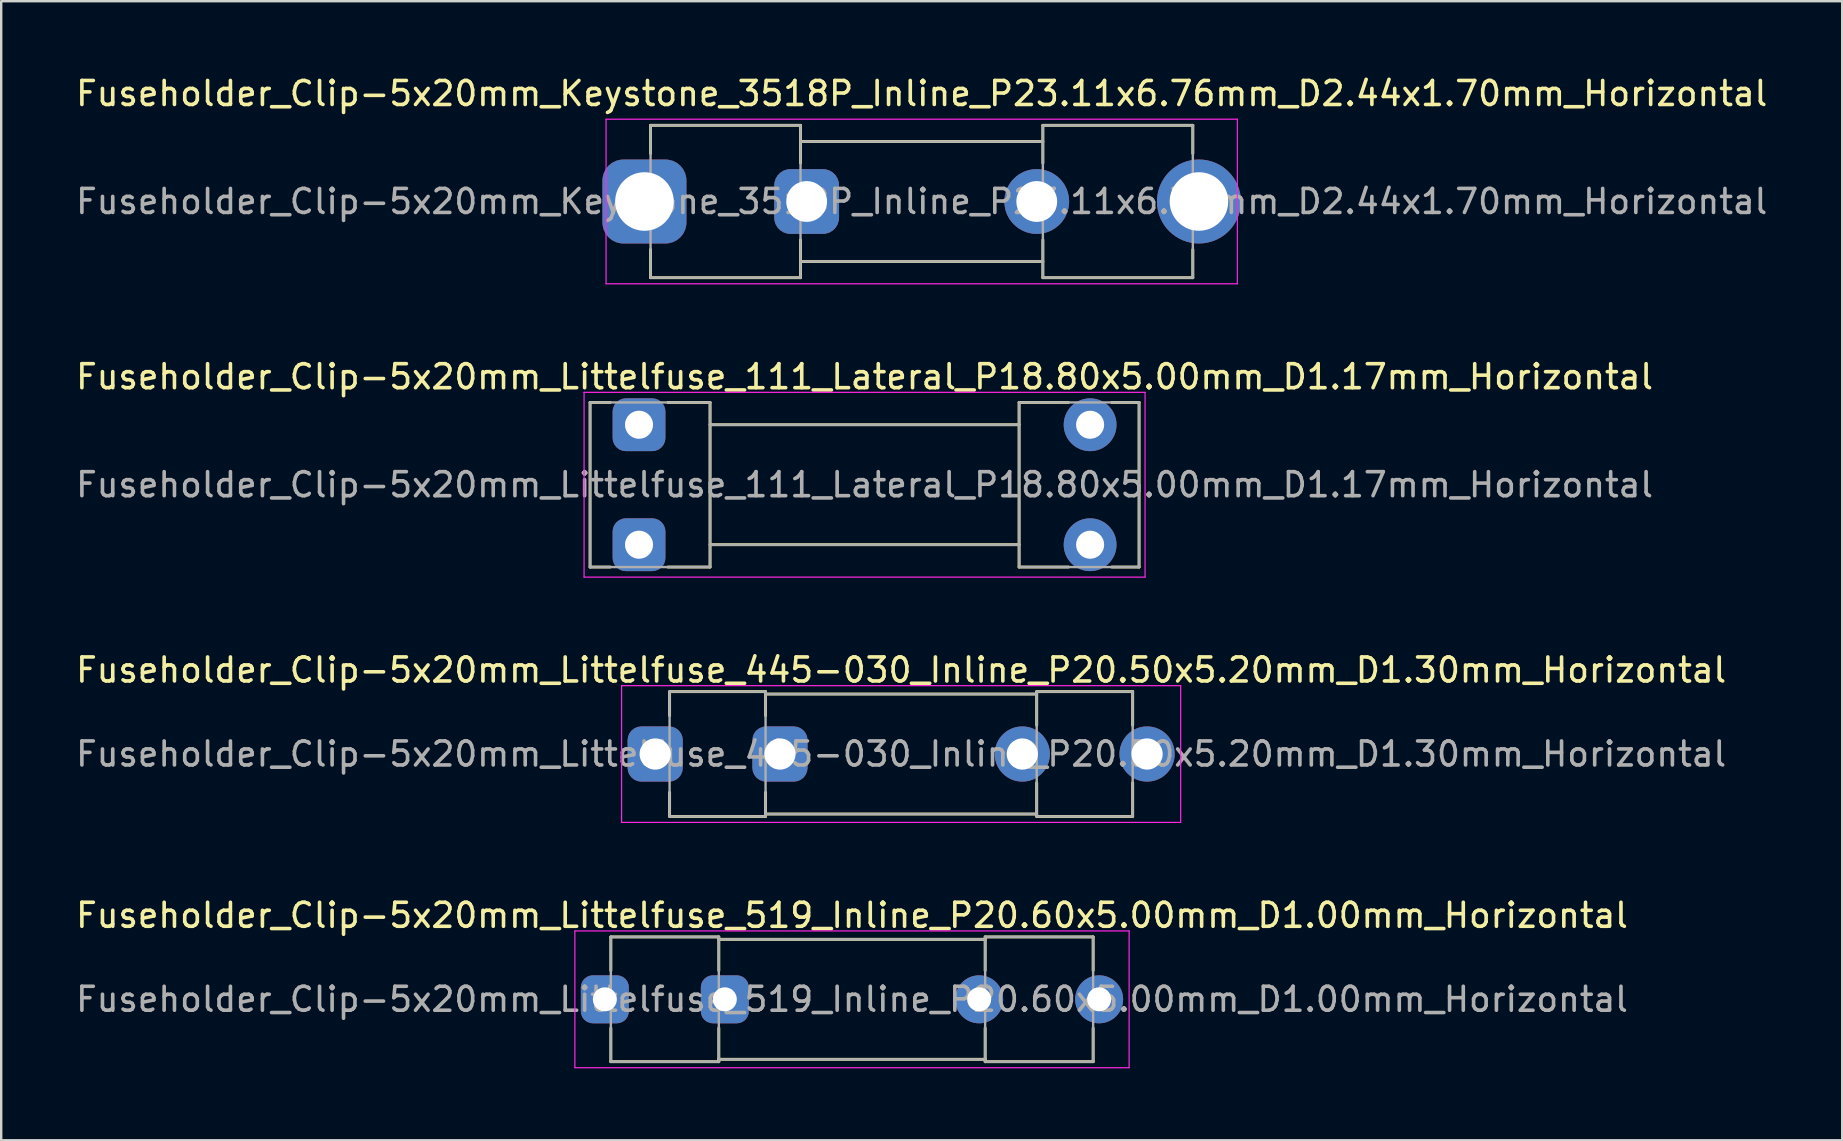
<source format=kicad_pcb>
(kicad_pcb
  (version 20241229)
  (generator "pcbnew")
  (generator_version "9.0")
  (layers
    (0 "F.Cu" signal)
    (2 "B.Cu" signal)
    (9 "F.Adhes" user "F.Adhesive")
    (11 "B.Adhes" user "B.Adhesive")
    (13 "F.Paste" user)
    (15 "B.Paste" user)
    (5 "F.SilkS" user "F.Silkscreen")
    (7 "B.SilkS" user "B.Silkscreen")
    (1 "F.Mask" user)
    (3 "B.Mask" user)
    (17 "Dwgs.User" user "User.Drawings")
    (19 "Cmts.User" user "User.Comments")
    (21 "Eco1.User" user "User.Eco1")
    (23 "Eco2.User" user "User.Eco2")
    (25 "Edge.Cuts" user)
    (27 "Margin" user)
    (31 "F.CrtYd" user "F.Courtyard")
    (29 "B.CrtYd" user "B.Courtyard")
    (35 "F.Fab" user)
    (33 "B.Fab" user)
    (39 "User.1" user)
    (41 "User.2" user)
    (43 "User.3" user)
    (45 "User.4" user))
  (footprint "Fuseholder_Clip-5x20mm_Littelfuse_111_Lateral_P18.80x5.00mm_D1.17mm_Horizontal"
    (layer "F.Cu")
    (at 23.582 14.652)
    (property "Reference" "Fuseholder_Clip-5x20mm_Littelfuse_111_Lateral_P18.80x5.00mm_D1.17mm_Horizontal" (at 9.4 -2 0) (layer "F.SilkS") (effects (font (size 1 1) (thickness 0.15))))
    (attr through_hole)
    (fp_line (start -2.04 5.93) (end -2.04 -0.93) (stroke (width 0.12) (type solid)) (layer "F.SilkS"))
    (fp_line (start -1.2 -0.93) (end -2.04 -0.93) (stroke (width 0.12) (type solid)) (layer "F.SilkS"))
    (fp_line (start -1.2 5.93) (end -2.04 5.93) (stroke (width 0.12) (type solid)) (layer "F.SilkS"))
    (fp_line (start 2.96 -0.93) (end 1.2 -0.93) (stroke (width 0.12) (type solid)) (layer "F.SilkS"))
    (fp_line (start 2.96 -0.93) (end 2.96 5.93) (stroke (width 0.12) (type solid)) (layer "F.SilkS"))
    (fp_line (start 2.96 5.93) (end 1.2 5.93) (stroke (width 0.12) (type solid)) (layer "F.SilkS"))
    (fp_line (start 15.84 -0.93) (end 15.84 5.93) (stroke (width 0.12) (type solid)) (layer "F.SilkS"))
    (fp_line (start 15.84 0) (end 2.96 0) (stroke (width 0.12) (type solid)) (layer "F.SilkS"))
    (fp_line (start 15.84 5) (end 2.96 5) (stroke (width 0.12) (type solid)) (layer "F.SilkS"))
    (fp_line (start 17.9 -0.93) (end 15.84 -0.93) (stroke (width 0.12) (type solid)) (layer "F.SilkS"))
    (fp_line (start 17.9 5.93) (end 15.84 5.93) (stroke (width 0.12) (type solid)) (layer "F.SilkS"))
    (fp_line (start 19.7 -0.93) (end 20.84 -0.93) (stroke (width 0.12) (type solid)) (layer "F.SilkS"))
    (fp_line (start 19.7 5.93) (end 20.84 5.93) (stroke (width 0.12) (type solid)) (layer "F.SilkS"))
    (fp_line (start 20.84 -0.93) (end 20.84 5.93) (stroke (width 0.12) (type solid)) (layer "F.SilkS"))
    (fp_line (start -2.29 -1.35) (end -2.29 6.35) (stroke (width 0.05) (type solid)) (layer "F.CrtYd"))
    (fp_line (start -2.29 -1.35) (end 21.09 -1.35) (stroke (width 0.05) (type solid)) (layer "F.CrtYd"))
    (fp_line (start 21.09 6.35) (end -2.29 6.35) (stroke (width 0.05) (type solid)) (layer "F.CrtYd"))
    (fp_line (start 21.09 6.35) (end 21.09 -1.35) (stroke (width 0.05) (type solid)) (layer "F.CrtYd"))
    (fp_line (start -2.04 -0.93) (end 2.96 -0.93) (stroke (width 0.1) (type solid)) (layer "F.Fab"))
    (fp_line (start -2.04 5.93) (end -2.04 -0.93) (stroke (width 0.1) (type solid)) (layer "F.Fab"))
    (fp_line (start 2.96 -0.93) (end 2.96 5.93) (stroke (width 0.1) (type solid)) (layer "F.Fab"))
    (fp_line (start 2.96 0) (end 15.84 0) (stroke (width 0.1) (type solid)) (layer "F.Fab"))
    (fp_line (start 2.96 5.93) (end -2.04 5.93) (stroke (width 0.1) (type solid)) (layer "F.Fab"))
    (fp_line (start 15.84 -0.93) (end 15.84 5.93) (stroke (width 0.1) (type solid)) (layer "F.Fab"))
    (fp_line (start 15.84 5) (end 2.96 5) (stroke (width 0.1) (type solid)) (layer "F.Fab"))
    (fp_line (start 15.84 5.93) (end 20.84 5.93) (stroke (width 0.1) (type solid)) (layer "F.Fab"))
    (fp_line (start 20.84 -0.93) (end 15.84 -0.93) (stroke (width 0.1) (type solid)) (layer "F.Fab"))
    (fp_line (start 20.84 5.93) (end 20.84 -0.93) (stroke (width 0.1) (type solid)) (layer "F.Fab"))
    (fp_text user "${REFERENCE}" (at 9.4 2.5 0) (layer "F.Fab") (effects (font (size 1 1) (thickness 0.15))))
    (pad "1" thru_hole roundrect (at 0 0) (size 2.2 2.2) (drill 1.17) (layers "*.Cu" "*.Mask") (roundrect_rratio 0.25))
    (pad "1" thru_hole roundrect (at 0 5) (size 2.2 2.2) (drill 1.17) (layers "*.Cu" "*.Mask") (roundrect_rratio 0.25))
    (pad "2" thru_hole circle (at 18.8 0) (size 2.2 2.2) (drill 1.17) (layers "*.Cu" "*.Mask"))
    (pad "2" thru_hole circle (at 18.8 5) (size 2.2 2.2) (drill 1.17) (layers "*.Cu" "*.Mask")))
  (footprint "Fuseholder_Clip-5x20mm_Keystone_3518P_Inline_P23.11x6.76mm_D2.44x1.70mm_Horizontal"
    (layer "F.Cu")
    (at 23.808 5.348)
    (property "Reference" "Fuseholder_Clip-5x20mm_Keystone_3518P_Inline_P23.11x6.76mm_D2.44x1.70mm_Horizontal" (at 11.555 -4.5 0) (layer "F.SilkS") (effects (font (size 1 1) (thickness 0.15))))
    (attr through_hole)
    (fp_line (start 0.255 -3.175) (end 0.255 -2) (stroke (width 0.12) (type solid)) (layer "F.SilkS"))
    (fp_line (start 0.255 3.175) (end 0.255 2) (stroke (width 0.12) (type solid)) (layer "F.SilkS"))
    (fp_line (start 6.505 -3.175) (end 0.255 -3.175) (stroke (width 0.12) (type solid)) (layer "F.SilkS"))
    (fp_line (start 6.505 -3.175) (end 6.505 -1.6) (stroke (width 0.12) (type solid)) (layer "F.SilkS"))
    (fp_line (start 6.505 3.175) (end 0.255 3.175) (stroke (width 0.12) (type solid)) (layer "F.SilkS"))
    (fp_line (start 6.505 3.175) (end 6.505 1.6) (stroke (width 0.12) (type solid)) (layer "F.SilkS"))
    (fp_line (start 16.605 -3.175) (end 16.605 -1.6) (stroke (width 0.12) (type solid)) (layer "F.SilkS"))
    (fp_line (start 16.605 -2.5) (end 6.505 -2.5) (stroke (width 0.12) (type solid)) (layer "F.SilkS"))
    (fp_line (start 16.605 2.5) (end 6.505 2.5) (stroke (width 0.12) (type solid)) (layer "F.SilkS"))
    (fp_line (start 16.605 3.175) (end 16.605 1.6) (stroke (width 0.12) (type solid)) (layer "F.SilkS"))
    (fp_line (start 16.605 3.175) (end 22.855 3.175) (stroke (width 0.12) (type solid)) (layer "F.SilkS"))
    (fp_line (start 22.855 -3.175) (end 16.605 -3.175) (stroke (width 0.12) (type solid)) (layer "F.SilkS"))
    (fp_line (start 22.855 -2) (end 22.855 -3.175) (stroke (width 0.12) (type solid)) (layer "F.SilkS"))
    (fp_line (start 22.855 2) (end 22.855 3.175) (stroke (width 0.12) (type solid)) (layer "F.SilkS"))
    (fp_line (start -1.6 -3.43) (end -1.6 3.43) (stroke (width 0.05) (type solid)) (layer "F.CrtYd"))
    (fp_line (start -1.6 -3.43) (end 24.71 -3.43) (stroke (width 0.05) (type solid)) (layer "F.CrtYd"))
    (fp_line (start 24.71 3.43) (end -1.6 3.43) (stroke (width 0.05) (type solid)) (layer "F.CrtYd"))
    (fp_line (start 24.71 3.43) (end 24.71 -3.43) (stroke (width 0.05) (type solid)) (layer "F.CrtYd"))
    (fp_line (start 0.255 -3.175) (end 6.505 -3.175) (stroke (width 0.1) (type solid)) (layer "F.Fab"))
    (fp_line (start 0.255 3.175) (end 0.255 -3.175) (stroke (width 0.1) (type solid)) (layer "F.Fab"))
    (fp_line (start 6.505 -3.175) (end 6.505 3.175) (stroke (width 0.1) (type solid)) (layer "F.Fab"))
    (fp_line (start 6.505 -2.5) (end 16.605 -2.5) (stroke (width 0.1) (type solid)) (layer "F.Fab"))
    (fp_line (start 6.505 3.175) (end 0.255 3.175) (stroke (width 0.1) (type solid)) (layer "F.Fab"))
    (fp_line (start 16.605 -3.175) (end 16.605 3.175) (stroke (width 0.1) (type solid)) (layer "F.Fab"))
    (fp_line (start 16.605 2.5) (end 6.505 2.5) (stroke (width 0.1) (type solid)) (layer "F.Fab"))
    (fp_line (start 16.605 3.175) (end 22.855 3.175) (stroke (width 0.1) (type solid)) (layer "F.Fab"))
    (fp_line (start 22.855 -3.175) (end 16.605 -3.175) (stroke (width 0.1) (type solid)) (layer "F.Fab"))
    (fp_line (start 22.855 3.175) (end 22.855 -3.175) (stroke (width 0.1) (type solid)) (layer "F.Fab"))
    (fp_text user "${REFERENCE}" (at 11.555 0 0) (layer "F.Fab") (effects (font (size 1 1) (thickness 0.15))))
    (pad "1" thru_hole roundrect (at 0 0) (size 3.5 3.5) (drill 2.44) (layers "*.Cu" "*.Mask") (roundrect_rratio 0.25))
    (pad "1" thru_hole roundrect (at 6.76 0) (size 2.7 2.7) (drill 1.7) (layers "*.Cu" "*.Mask") (roundrect_rratio 0.25))
    (pad "2" thru_hole circle (at 16.35 0) (size 2.7 2.7) (drill 1.7) (layers "*.Cu" "*.Mask"))
    (pad "2" thru_hole circle (at 23.11 0) (size 3.5 3.5) (drill 2.44) (layers "*.Cu" "*.Mask")))
  (footprint "Fuseholder_Clip-5x20mm_Littelfuse_445-030_Inline_P20.50x5.20mm_D1.30mm_Horizontal"
    (layer "F.Cu")
    (at 24.256 28.375)
    (property "Reference" "Fuseholder_Clip-5x20mm_Littelfuse_445-030_Inline_P20.50x5.20mm_D1.30mm_Horizontal" (at 10.25 -3.5 0) (layer "F.SilkS") (effects (font (size 1 1) (thickness 0.15))))
    (attr through_hole)
    (fp_line (start 0.6 -2.6) (end 0.6 -1.6) (stroke (width 0.12) (type solid)) (layer "F.SilkS"))
    (fp_line (start 0.6 2.6) (end 0.6 1.6) (stroke (width 0.12) (type solid)) (layer "F.SilkS"))
    (fp_line (start 4.6 -2.6) (end 0.6 -2.6) (stroke (width 0.12) (type solid)) (layer "F.SilkS"))
    (fp_line (start 4.6 -2.6) (end 4.6 -1.6) (stroke (width 0.12) (type solid)) (layer "F.SilkS"))
    (fp_line (start 4.6 2.6) (end 0.6 2.6) (stroke (width 0.12) (type solid)) (layer "F.SilkS"))
    (fp_line (start 4.6 2.6) (end 4.6 1.6) (stroke (width 0.12) (type solid)) (layer "F.SilkS"))
    (fp_line (start 15.9 -2.6) (end 15.9 -1.2) (stroke (width 0.12) (type solid)) (layer "F.SilkS"))
    (fp_line (start 15.9 -2.5) (end 4.6 -2.5) (stroke (width 0.12) (type solid)) (layer "F.SilkS"))
    (fp_line (start 15.9 2.5) (end 4.6 2.5) (stroke (width 0.12) (type solid)) (layer "F.SilkS"))
    (fp_line (start 15.9 2.6) (end 15.9 1.2) (stroke (width 0.12) (type solid)) (layer "F.SilkS"))
    (fp_line (start 15.9 2.6) (end 19.9 2.6) (stroke (width 0.12) (type solid)) (layer "F.SilkS"))
    (fp_line (start 19.9 -2.6) (end 15.9 -2.6) (stroke (width 0.12) (type solid)) (layer "F.SilkS"))
    (fp_line (start 19.9 -1.2) (end 19.9 -2.6) (stroke (width 0.12) (type solid)) (layer "F.SilkS"))
    (fp_line (start 19.9 1.2) (end 19.9 2.6) (stroke (width 0.12) (type solid)) (layer "F.SilkS"))
    (fp_line (start -1.4 -2.85) (end -1.4 2.85) (stroke (width 0.05) (type solid)) (layer "F.CrtYd"))
    (fp_line (start -1.4 -2.85) (end 21.9 -2.85) (stroke (width 0.05) (type solid)) (layer "F.CrtYd"))
    (fp_line (start 21.9 2.85) (end -1.4 2.85) (stroke (width 0.05) (type solid)) (layer "F.CrtYd"))
    (fp_line (start 21.9 2.85) (end 21.9 -2.85) (stroke (width 0.05) (type solid)) (layer "F.CrtYd"))
    (fp_line (start 0.6 -2.6) (end 4.6 -2.6) (stroke (width 0.1) (type solid)) (layer "F.Fab"))
    (fp_line (start 0.6 2.6) (end 0.6 -2.6) (stroke (width 0.1) (type solid)) (layer "F.Fab"))
    (fp_line (start 4.6 -2.6) (end 4.6 2.6) (stroke (width 0.1) (type solid)) (layer "F.Fab"))
    (fp_line (start 4.6 -2.5) (end 15.9 -2.5) (stroke (width 0.1) (type solid)) (layer "F.Fab"))
    (fp_line (start 4.6 2.6) (end 0.6 2.6) (stroke (width 0.1) (type solid)) (layer "F.Fab"))
    (fp_line (start 15.9 -2.6) (end 15.9 2.6) (stroke (width 0.1) (type solid)) (layer "F.Fab"))
    (fp_line (start 15.9 2.5) (end 4.6 2.5) (stroke (width 0.1) (type solid)) (layer "F.Fab"))
    (fp_line (start 15.9 2.6) (end 19.9 2.6) (stroke (width 0.1) (type solid)) (layer "F.Fab"))
    (fp_line (start 19.9 -2.6) (end 15.9 -2.6) (stroke (width 0.1) (type solid)) (layer "F.Fab"))
    (fp_line (start 19.9 2.6) (end 19.9 -2.6) (stroke (width 0.1) (type solid)) (layer "F.Fab"))
    (fp_text user "${REFERENCE}" (at 10.25 0 0) (layer "F.Fab") (effects (font (size 1 1) (thickness 0.15))))
    (pad "1" thru_hole roundrect (at 0 0) (size 2.3 2.3) (drill 1.3) (layers "*.Cu" "*.Mask") (roundrect_rratio 0.25))
    (pad "1" thru_hole roundrect (at 5.2 0) (size 2.3 2.3) (drill 1.3) (layers "*.Cu" "*.Mask") (roundrect_rratio 0.25))
    (pad "2" thru_hole circle (at 15.3 0) (size 2.3 2.3) (drill 1.3) (layers "*.Cu" "*.Mask"))
    (pad "2" thru_hole circle (at 20.5 0) (size 2.3 2.3) (drill 1.3) (layers "*.Cu" "*.Mask")))
  (footprint "Fuseholder_Clip-5x20mm_Littelfuse_519_Inline_P20.60x5.00mm_D1.00mm_Horizontal"
    (layer "F.Cu")
    (at 22.158 38.598)
    (property "Reference" "Fuseholder_Clip-5x20mm_Littelfuse_519_Inline_P20.60x5.00mm_D1.00mm_Horizontal" (at 10.3 -3.5 0) (layer "F.SilkS") (effects (font (size 1 1) (thickness 0.15))))
    (attr through_hole)
    (fp_line (start 0.25 -2.6) (end 0.25 -1.2) (stroke (width 0.12) (type solid)) (layer "F.SilkS"))
    (fp_line (start 0.25 2.6) (end 0.25 1.2) (stroke (width 0.12) (type solid)) (layer "F.SilkS"))
    (fp_line (start 4.75 -2.6) (end 0.25 -2.6) (stroke (width 0.12) (type solid)) (layer "F.SilkS"))
    (fp_line (start 4.75 -2.6) (end 4.75 -1.2) (stroke (width 0.12) (type solid)) (layer "F.SilkS"))
    (fp_line (start 4.75 2.6) (end 0.25 2.6) (stroke (width 0.12) (type solid)) (layer "F.SilkS"))
    (fp_line (start 4.75 2.6) (end 4.75 1.2) (stroke (width 0.12) (type solid)) (layer "F.SilkS"))
    (fp_line (start 15.85 -2.6) (end 15.85 -1.2) (stroke (width 0.12) (type solid)) (layer "F.SilkS"))
    (fp_line (start 15.85 -2.5) (end 4.75 -2.5) (stroke (width 0.12) (type solid)) (layer "F.SilkS"))
    (fp_line (start 15.85 2.5) (end 4.75 2.5) (stroke (width 0.12) (type solid)) (layer "F.SilkS"))
    (fp_line (start 15.85 2.6) (end 15.85 1.2) (stroke (width 0.12) (type solid)) (layer "F.SilkS"))
    (fp_line (start 15.85 2.6) (end 20.35 2.6) (stroke (width 0.12) (type solid)) (layer "F.SilkS"))
    (fp_line (start 20.35 -2.6) (end 15.85 -2.6) (stroke (width 0.12) (type solid)) (layer "F.SilkS"))
    (fp_line (start 20.35 -1.2) (end 20.35 -2.6) (stroke (width 0.12) (type solid)) (layer "F.SilkS"))
    (fp_line (start 20.35 1.2) (end 20.35 2.6) (stroke (width 0.12) (type solid)) (layer "F.SilkS"))
    (fp_line (start -1.25 -2.85) (end -1.25 2.85) (stroke (width 0.05) (type solid)) (layer "F.CrtYd"))
    (fp_line (start -1.25 -2.85) (end 21.85 -2.85) (stroke (width 0.05) (type solid)) (layer "F.CrtYd"))
    (fp_line (start 21.85 2.85) (end -1.25 2.85) (stroke (width 0.05) (type solid)) (layer "F.CrtYd"))
    (fp_line (start 21.85 2.85) (end 21.85 -2.85) (stroke (width 0.05) (type solid)) (layer "F.CrtYd"))
    (fp_line (start 0.25 -2.6) (end 4.75 -2.6) (stroke (width 0.1) (type solid)) (layer "F.Fab"))
    (fp_line (start 0.25 2.6) (end 0.25 -2.6) (stroke (width 0.1) (type solid)) (layer "F.Fab"))
    (fp_line (start 4.75 -2.6) (end 4.75 2.6) (stroke (width 0.1) (type solid)) (layer "F.Fab"))
    (fp_line (start 4.75 -2.5) (end 15.85 -2.5) (stroke (width 0.1) (type solid)) (layer "F.Fab"))
    (fp_line (start 4.75 2.6) (end 0.25 2.6) (stroke (width 0.1) (type solid)) (layer "F.Fab"))
    (fp_line (start 15.85 -2.6) (end 15.85 2.6) (stroke (width 0.1) (type solid)) (layer "F.Fab"))
    (fp_line (start 15.85 2.5) (end 4.75 2.5) (stroke (width 0.1) (type solid)) (layer "F.Fab"))
    (fp_line (start 15.85 2.6) (end 20.35 2.6) (stroke (width 0.1) (type solid)) (layer "F.Fab"))
    (fp_line (start 20.35 -2.6) (end 15.85 -2.6) (stroke (width 0.1) (type solid)) (layer "F.Fab"))
    (fp_line (start 20.35 2.6) (end 20.35 -2.6) (stroke (width 0.1) (type solid)) (layer "F.Fab"))
    (fp_text user "${REFERENCE}" (at 10.3 0 0) (layer "F.Fab") (effects (font (size 1 1) (thickness 0.15))))
    (pad "1" thru_hole roundrect (at 0 0) (size 2 2) (drill 1) (layers "*.Cu" "*.Mask") (roundrect_rratio 0.25))
    (pad "1" thru_hole roundrect (at 5 0) (size 2 2) (drill 1) (layers "*.Cu" "*.Mask") (roundrect_rratio 0.25))
    (pad "2" thru_hole circle (at 15.6 0) (size 2 2) (drill 1) (layers "*.Cu" "*.Mask"))
    (pad "2" thru_hole circle (at 20.6 0) (size 2 2) (drill 1) (layers "*.Cu" "*.Mask")))
  (gr_rect
    (start -3 -3)
    (end 73.726 44.473)
    (stroke (width 0.1) (type default))
    (fill no)
    (layer "Edge.Cuts")))
</source>
